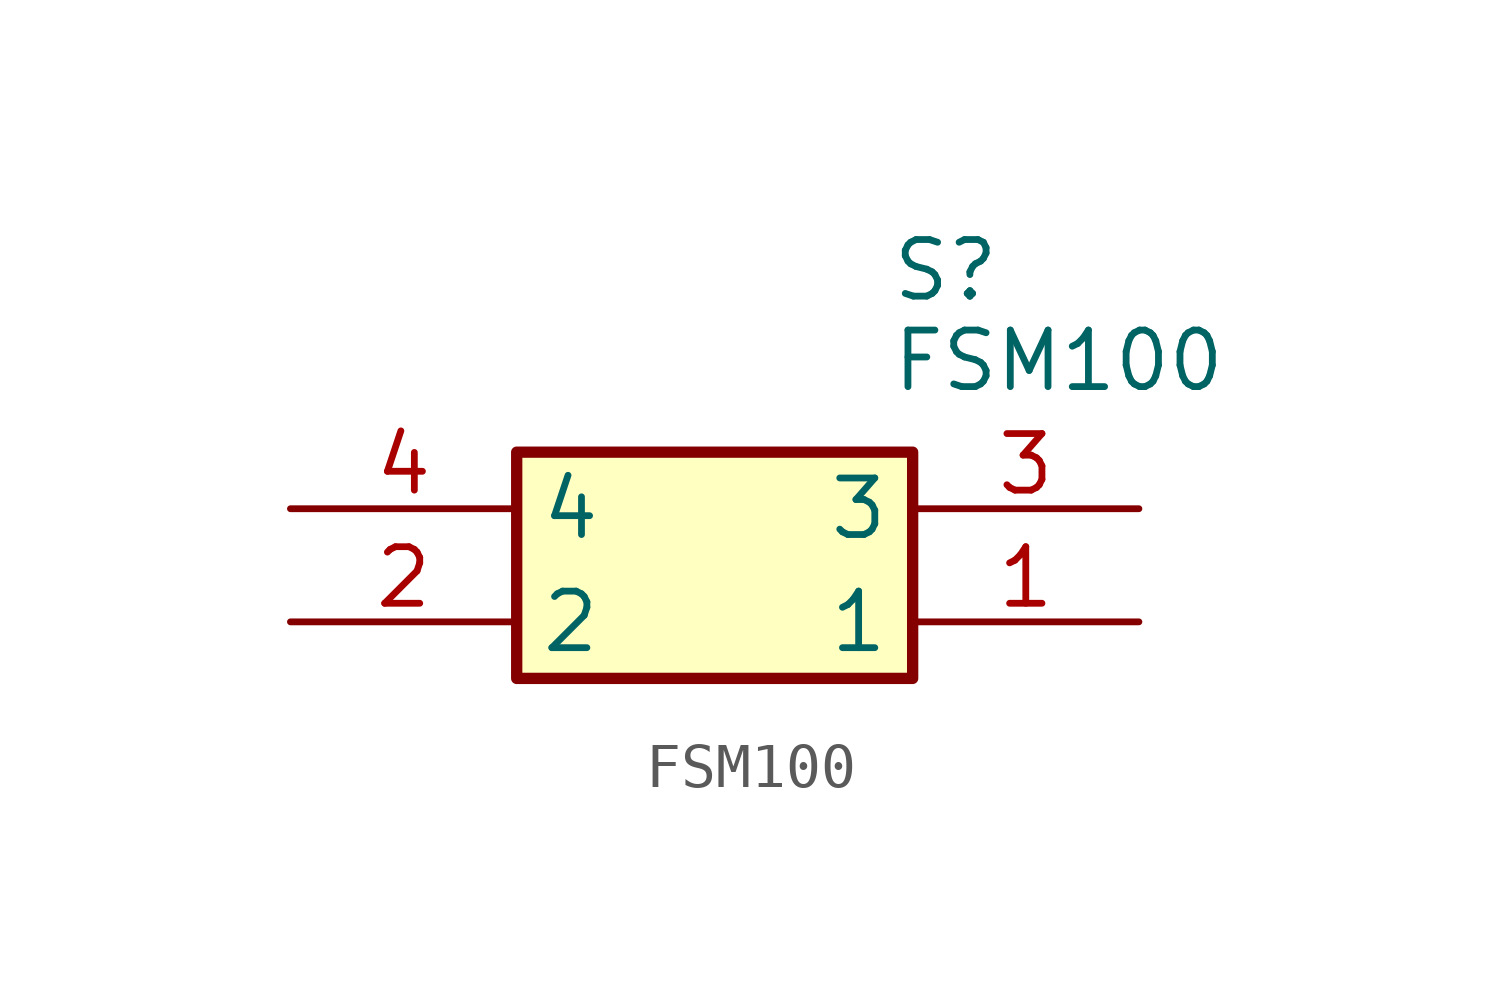
<source format=kicad_sym>
(kicad_symbol_lib
  (version 20231120)
  (generator "kicad_symbol_editor")
  (generator_version "8.0")
  (symbol "FSM100"
    (property "Reference" "S"
      (at 13.462 6.096 0)
      (effects (font (size 1.27 1.27)) (justify left top)))
    (property "Value" "FSM100"
      (at 13.462 4.064 0)
      (effects (font (size 1.27 1.27)) (justify left top)))
    (symbol "FSM100_1_1"
      (rectangle (start 5.08 1.27) (end 13.97 -3.81) (stroke (width 0.254) (type default)) (fill (type background)))
      (pin passive line (at 19.05 -2.54 180) (length 5.08) (name "1" (effects (font (size 1.27 1.27)))) (number "1" (effects (font (size 1.27 1.27)))))
      (pin passive line (at 0 -2.54 0) (length 5.08) (name "2" (effects (font (size 1.27 1.27)))) (number "2" (effects (font (size 1.27 1.27)))))
      (pin passive line (at 19.05 0 180) (length 5.08) (name "3" (effects (font (size 1.27 1.27)))) (number "3" (effects (font (size 1.27 1.27)))))
      (pin passive line (at 0 0 0) (length 5.08) (name "4" (effects (font (size 1.27 1.27)))) (number "4" (effects (font (size 1.27 1.27))))))))
</source>
